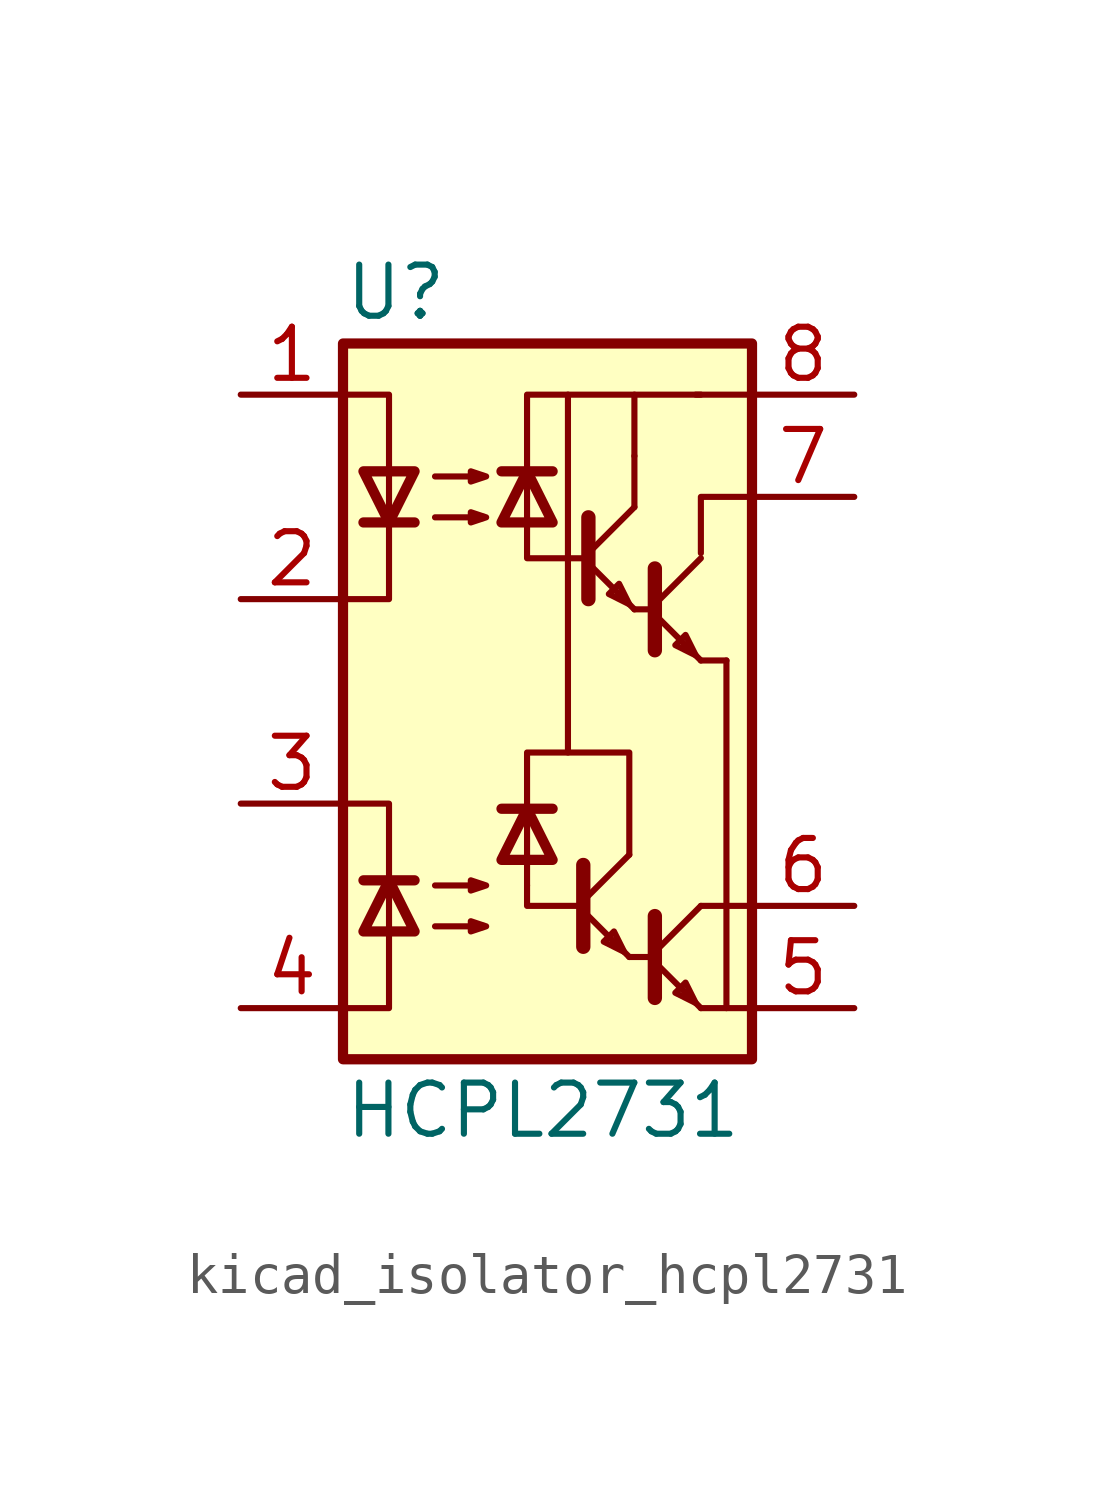
<source format=kicad_sym>
(kicad_symbol_lib
  (version 20220914)
  (generator kicad_symbol_editor)
  (symbol "kicad_isolator_hcpl2731"
    (pin_names
      (offset 0.762) hide)
    (property "Reference" "U"
      (at -5.08 10.16 0)
      (effects (font (size 1.27 1.27)) (justify left)))
    (property "Value" "HCPL2731"
      (at -5.08 -10.16 0)
      (effects (font (size 1.27 1.27)) (justify left)))
    (symbol "kicad_isolator_hcpl2731_0_1"
      (rectangle (start -5.08 8.89) (end 5.08 -8.89) (stroke (width 0.254) (type default)) (fill (type background)))
      (polyline (pts (xy -4.572 -4.445) (xy -3.302 -4.445)) (stroke (width 0.254) (type default)) (fill (type none)))
      (polyline (pts (xy -4.572 4.445) (xy -3.302 4.445)) (stroke (width 0.254) (type default)) (fill (type none)))
      (polyline (pts (xy -0.508 -4.572) (xy -0.508 -3.937)) (stroke (width 0) (type default)) (fill (type none)))
      (polyline (pts (xy 0.127 -2.667) (xy -1.143 -2.667)) (stroke (width 0.254) (type default)) (fill (type none)))
      (polyline (pts (xy 0.127 5.715) (xy -1.143 5.715)) (stroke (width 0.254) (type default)) (fill (type none)))
      (polyline (pts (xy 0.889 -5.207) (xy 2.032 -6.35)) (stroke (width 0) (type default)) (fill (type none)))
      (polyline (pts (xy 0.889 -4.953) (xy 2.032 -3.81)) (stroke (width 0) (type default)) (fill (type none)))
      (polyline (pts (xy 1.016 3.429) (xy 2.159 2.286)) (stroke (width 0) (type default)) (fill (type none)))
      (polyline (pts (xy 1.016 3.683) (xy 2.159 4.826)) (stroke (width 0) (type default)) (fill (type none)))
      (polyline (pts (xy 2.032 -6.35) (xy 2.54 -6.35)) (stroke (width 0) (type default)) (fill (type none)))
      (polyline (pts (xy 2.159 2.286) (xy 2.667 2.286)) (stroke (width 0) (type default)) (fill (type none)))
      (polyline (pts (xy 2.159 4.826) (xy 2.159 6.096)) (stroke (width 0) (type default)) (fill (type none)))
      (polyline (pts (xy 2.159 6.096) (xy 2.159 7.62)) (stroke (width 0) (type default)) (fill (type none)))
      (polyline (pts (xy 2.667 -6.477) (xy 3.81 -7.62)) (stroke (width 0) (type default)) (fill (type none)))
      (polyline (pts (xy 2.667 -6.223) (xy 3.81 -5.08)) (stroke (width 0) (type default)) (fill (type none)))
      (polyline (pts (xy 2.667 2.159) (xy 3.81 1.016)) (stroke (width 0) (type default)) (fill (type none)))
      (polyline (pts (xy 2.667 2.413) (xy 3.81 3.556)) (stroke (width 0) (type default)) (fill (type none)))
      (polyline (pts (xy 3.683 7.62) (xy 5.08 7.62)) (stroke (width 0) (type default)) (fill (type none)))
      (polyline (pts (xy 3.81 -7.62) (xy 5.08 -7.62)) (stroke (width 0) (type default)) (fill (type none)))
      (polyline (pts (xy 3.81 -5.08) (xy 5.08 -5.08)) (stroke (width 0) (type default)) (fill (type none)))
      (polyline (pts (xy 3.81 1.016) (xy 4.445 1.016)) (stroke (width 0) (type default)) (fill (type none)))
      (polyline (pts (xy 4.445 -7.62) (xy 4.445 1.016)) (stroke (width 0) (type default)) (fill (type none)))
      (polyline (pts (xy -0.508 -4.572) (xy -0.508 -5.08) (xy 0.762 -5.08)) (stroke (width 0) (type default)) (fill (type none)))
      (polyline (pts (xy -0.508 4.445) (xy -0.508 7.62) (xy 3.81 7.62)) (stroke (width 0) (type default)) (fill (type none)))
      (polyline (pts (xy -0.508 4.572) (xy -0.508 3.556) (xy 1.016 3.556)) (stroke (width 0) (type default)) (fill (type none)))
      (polyline (pts (xy 0.508 -1.27) (xy 2.032 -1.27) (xy 2.032 -3.81)) (stroke (width 0) (type default)) (fill (type none)))
      (polyline (pts (xy 0.889 -4.064) (xy 0.889 -6.096) (xy 0.889 -6.096)) (stroke (width 0.356) (type default)) (fill (type none)))
      (polyline (pts (xy 1.016 4.572) (xy 1.016 2.54) (xy 1.016 2.54)) (stroke (width 0.356) (type default)) (fill (type none)))
      (polyline (pts (xy 2.667 -5.334) (xy 2.667 -7.366) (xy 2.667 -7.366)) (stroke (width 0.356) (type default)) (fill (type none)))
      (polyline (pts (xy 2.667 3.302) (xy 2.667 1.27) (xy 2.667 1.27)) (stroke (width 0.356) (type default)) (fill (type none)))
      (polyline (pts (xy 3.81 3.683) (xy 3.81 5.08) (xy 5.08 5.08)) (stroke (width 0) (type default)) (fill (type none)))
      (polyline (pts (xy -5.08 -2.54) (xy -3.937 -2.54) (xy -3.937 -7.62) (xy -5.08 -7.62)) (stroke (width 0) (type default)) (fill (type none)))
      (polyline (pts (xy -5.08 7.62) (xy -3.937 7.62) (xy -3.937 2.54) (xy -5.08 2.54)) (stroke (width 0) (type default)) (fill (type none)))
      (polyline (pts (xy -3.937 -4.445) (xy -4.572 -5.715) (xy -3.302 -5.715) (xy -3.937 -4.445)) (stroke (width 0.254) (type default)) (fill (type none)))
      (polyline (pts (xy -3.937 4.445) (xy -4.572 5.715) (xy -3.302 5.715) (xy -3.937 4.445)) (stroke (width 0.254) (type default)) (fill (type none)))
      (polyline (pts (xy -0.508 -3.937) (xy -0.508 -1.27) (xy 0.508 -1.27) (xy 0.508 7.62)) (stroke (width 0) (type default)) (fill (type none)))
      (polyline (pts (xy -0.508 -2.667) (xy 0.127 -3.937) (xy -1.143 -3.937) (xy -0.508 -2.667)) (stroke (width 0.254) (type default)) (fill (type none)))
      (polyline (pts (xy -0.508 5.715) (xy 0.127 4.445) (xy -1.143 4.445) (xy -0.508 5.715)) (stroke (width 0.254) (type default)) (fill (type none)))
      (polyline (pts (xy 1.905 -6.223) (xy 1.651 -5.715) (xy 1.397 -5.969) (xy 1.905 -6.223)) (stroke (width 0) (type default)) (fill (type none)))
      (polyline (pts (xy 2.032 2.413) (xy 1.778 2.921) (xy 1.524 2.667) (xy 2.032 2.413)) (stroke (width 0) (type default)) (fill (type none)))
      (polyline (pts (xy 3.683 -7.493) (xy 3.429 -6.985) (xy 3.175 -7.239) (xy 3.683 -7.493)) (stroke (width 0) (type default)) (fill (type none)))
      (polyline (pts (xy 3.683 1.143) (xy 3.429 1.651) (xy 3.175 1.397) (xy 3.683 1.143)) (stroke (width 0) (type default)) (fill (type none)))
      (polyline (pts (xy -2.794 -5.588) (xy -1.524 -5.588) (xy -1.905 -5.715) (xy -1.905 -5.461) (xy -1.524 -5.588)) (stroke (width 0) (type default)) (fill (type none)))
      (polyline (pts (xy -2.794 -4.572) (xy -1.524 -4.572) (xy -1.905 -4.699) (xy -1.905 -4.445) (xy -1.524 -4.572)) (stroke (width 0) (type default)) (fill (type none)))
      (polyline (pts (xy -2.794 4.572) (xy -1.524 4.572) (xy -1.905 4.445) (xy -1.905 4.699) (xy -1.524 4.572)) (stroke (width 0) (type default)) (fill (type none)))
      (polyline (pts (xy -2.794 5.588) (xy -1.524 5.588) (xy -1.905 5.461) (xy -1.905 5.715) (xy -1.524 5.588)) (stroke (width 0) (type default)) (fill (type none))))
    (symbol "kicad_isolator_hcpl2731_1_1"
      (pin passive line (at -7.62 7.62 0) (length 2.54) (name "A1" (effects (font (size 1.27 1.27)))) (number "1" (effects (font (size 1.27 1.27)))))
      (pin passive line (at -7.62 2.54 0) (length 2.54) (name "C1" (effects (font (size 1.27 1.27)))) (number "2" (effects (font (size 1.27 1.27)))))
      (pin passive line (at -7.62 -2.54 0) (length 2.54) (name "C2" (effects (font (size 1.27 1.27)))) (number "3" (effects (font (size 1.27 1.27)))))
      (pin passive line (at -7.62 -7.62 0) (length 2.54) (name "A2" (effects (font (size 1.27 1.27)))) (number "4" (effects (font (size 1.27 1.27)))))
      (pin passive line (at 7.62 -7.62 180) (length 2.54) (name "GND" (effects (font (size 1.27 1.27)))) (number "5" (effects (font (size 1.27 1.27)))))
      (pin passive line (at 7.62 -5.08 180) (length 2.54) (name "VO2" (effects (font (size 1.27 1.27)))) (number "6" (effects (font (size 1.27 1.27)))))
      (pin passive line (at 7.62 5.08 180) (length 2.54) (name "VO1" (effects (font (size 1.27 1.27)))) (number "7" (effects (font (size 1.27 1.27)))))
      (pin passive line (at 7.62 7.62 180) (length 2.54) (name "VCC" (effects (font (size 1.27 1.27)))) (number "8" (effects (font (size 1.27 1.27))))))))
</source>
